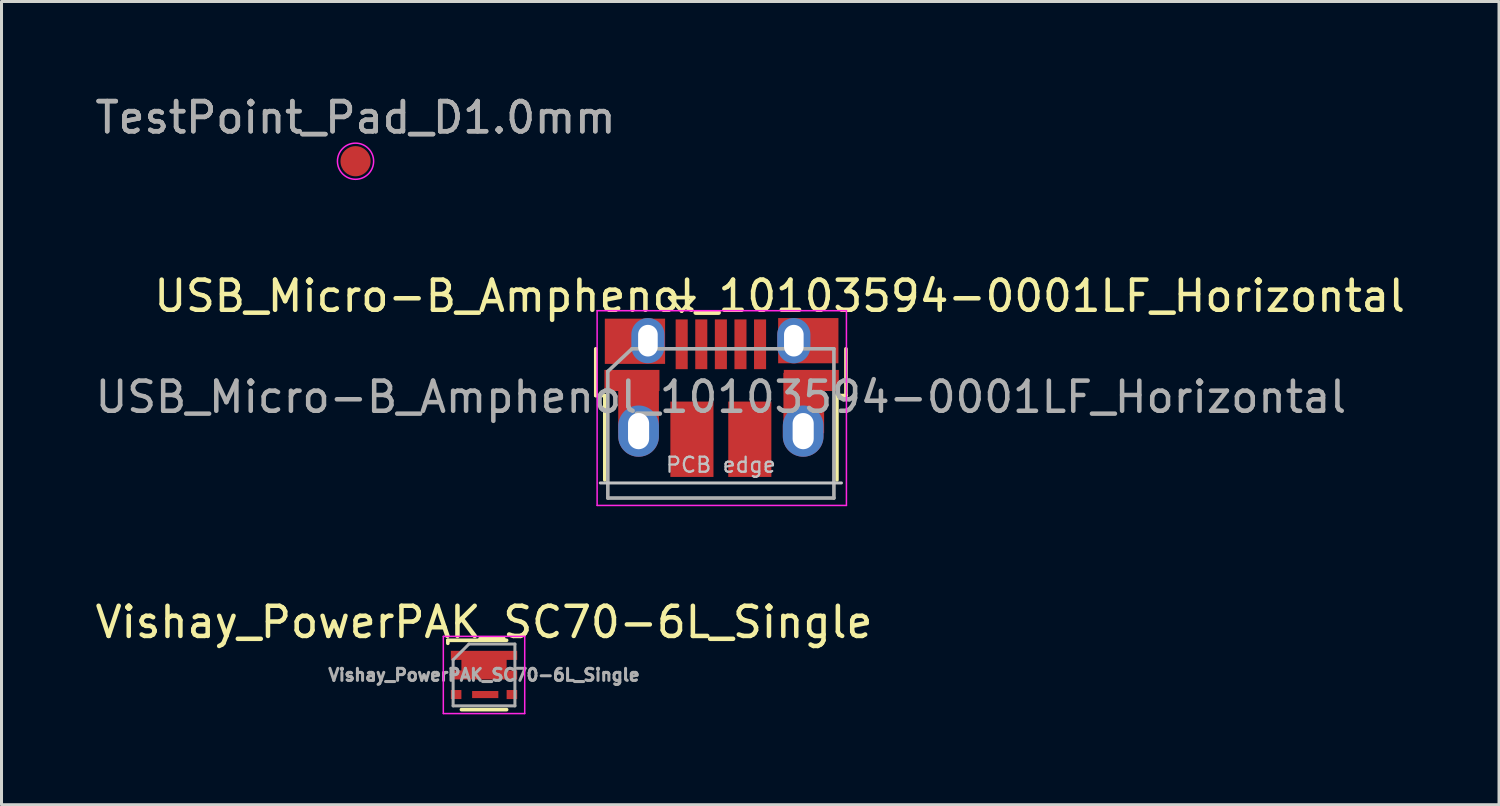
<source format=kicad_pcb>
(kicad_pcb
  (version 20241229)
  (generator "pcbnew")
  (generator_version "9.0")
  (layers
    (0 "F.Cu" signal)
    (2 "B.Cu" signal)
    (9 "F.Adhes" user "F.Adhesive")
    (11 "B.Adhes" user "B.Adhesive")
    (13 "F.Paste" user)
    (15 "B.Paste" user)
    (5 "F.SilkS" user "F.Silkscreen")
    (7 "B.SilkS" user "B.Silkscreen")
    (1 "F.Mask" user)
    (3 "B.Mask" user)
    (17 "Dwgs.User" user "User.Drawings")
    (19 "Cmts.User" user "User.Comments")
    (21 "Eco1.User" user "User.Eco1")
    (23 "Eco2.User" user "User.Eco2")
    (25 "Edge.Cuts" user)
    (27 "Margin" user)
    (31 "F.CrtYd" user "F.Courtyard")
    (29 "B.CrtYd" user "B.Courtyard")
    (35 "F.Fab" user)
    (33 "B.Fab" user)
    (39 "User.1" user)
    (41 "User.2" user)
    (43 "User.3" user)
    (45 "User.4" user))
  (footprint "TestPoint_Pad_D1.0mm"
    (layer "F.Cu")
    (at 8.744 2.298)
    (property "Reference" "TestPoint_Pad_D1.0mm" (at 0 -1.448 0) (layer "F.Fab") (effects (font (size 1 1) (thickness 0.15))))
    (attr exclude_from_pos_files exclude_from_bom)
    (fp_circle (center 0 0) (end 0.6 0) (stroke (width 0.05) (type solid)) (fill no) (layer "F.CrtYd"))
    (fp_text user "${REFERENCE}" (at 0 -1.45 0) (layer "F.Fab") (effects (font (size 1 1) (thickness 0.15))))
    (pad "1" smd circle (at 0 0) (size 1 1) (layers "F.Cu" "F.Mask")))
  (footprint "USB_Micro-B_Amphenol_10103594-0001LF_Horizontal"
    (layer "F.Cu")
    (at 20.888 10.136)
    (property "Reference" "USB_Micro-B_Amphenol_10103594-0001LF_Horizontal" (at 1.925 -3.365 0) (layer "F.SilkS") (effects (font (size 1 1) (thickness 0.15))))
    (attr smd)
    (fp_line (start -4.175 -0.065) (end -4.175 -1.615) (stroke (width 0.12) (type solid)) (layer "F.SilkS"))
    (fp_line (start -4.175 -0.065) (end -3.875 -0.065) (stroke (width 0.12) (type solid)) (layer "F.SilkS"))
    (fp_line (start -3.875 2.735) (end -3.875 -0.065) (stroke (width 0.12) (type solid)) (layer "F.SilkS"))
    (fp_line (start -1.725 -3.315) (end -0.925 -3.315) (stroke (width 0.12) (type solid)) (layer "F.SilkS"))
    (fp_line (start -1.325 -2.865) (end -1.725 -3.315) (stroke (width 0.12) (type solid)) (layer "F.SilkS"))
    (fp_line (start -0.925 -3.315) (end -1.325 -2.865) (stroke (width 0.12) (type solid)) (layer "F.SilkS"))
    (fp_line (start 3.825 -0.065) (end 4.125 -0.065) (stroke (width 0.12) (type solid)) (layer "F.SilkS"))
    (fp_line (start 3.825 2.735) (end 3.825 -0.065) (stroke (width 0.12) (type solid)) (layer "F.SilkS"))
    (fp_line (start 4.125 -0.065) (end 4.125 -1.615) (stroke (width 0.12) (type solid)) (layer "F.SilkS"))
    (fp_line (start -4.025 2.835) (end 3.975 2.835) (stroke (width 0.1) (type solid)) (layer "Dwgs.User"))
    (fp_line (start -4.13 -2.88) (end -4.13 3.58) (stroke (width 0.05) (type solid)) (layer "F.CrtYd"))
    (fp_line (start -4.13 -2.88) (end 4.14 -2.88) (stroke (width 0.05) (type solid)) (layer "F.CrtYd"))
    (fp_line (start 4.14 3.58) (end -4.13 3.58) (stroke (width 0.05) (type solid)) (layer "F.CrtYd"))
    (fp_line (start 4.14 3.58) (end 4.14 -2.88) (stroke (width 0.05) (type solid)) (layer "F.CrtYd"))
    (fp_line (start -3.775 -0.865) (end -2.975 -1.615) (stroke (width 0.12) (type solid)) (layer "F.Fab"))
    (fp_line (start -3.775 3.335) (end -3.775 -0.865) (stroke (width 0.12) (type solid)) (layer "F.Fab"))
    (fp_line (start -2.975 -1.615) (end 3.725 -1.615) (stroke (width 0.12) (type solid)) (layer "F.Fab"))
    (fp_line (start 3.725 -1.615) (end 3.725 3.335) (stroke (width 0.12) (type solid)) (layer "F.Fab"))
    (fp_line (start 3.725 3.335) (end -3.775 3.335) (stroke (width 0.12) (type solid)) (layer "F.Fab"))
    (fp_text user "PCB edge" (at -0.025 2.235 0) (layer "Dwgs.User") (effects (font (size 0.5 0.5) (thickness 0.075))))
    (fp_text user "${REFERENCE}" (at -0.025 -0.015 0) (layer "F.Fab") (effects (font (size 1 1) (thickness 0.15))))
    (pad "1" smd rect (at -1.325 -1.765 90) (size 1.65 0.4) (layers "F.Cu" "F.Mask" "F.Paste"))
    (pad "2" smd rect (at -0.675 -1.765 90) (size 1.65 0.4) (layers "F.Cu" "F.Mask" "F.Paste"))
    (pad "3" smd rect (at -0.025 -1.765 90) (size 1.65 0.4) (layers "F.Cu" "F.Mask" "F.Paste"))
    (pad "4" smd rect (at 0.625 -1.765 90) (size 1.65 0.4) (layers "F.Cu" "F.Mask" "F.Paste"))
    (pad "5" smd rect (at 1.275 -1.765 90) (size 1.65 0.4) (layers "F.Cu" "F.Mask" "F.Paste"))
    (pad "6" smd rect (at -2.975 -0.565) (size 1.825 0.7) (layers "F.Cu" "F.Mask" "F.Paste"))
    (pad "6" smd rect (at -2.875 -1.865) (size 2 1.5) (layers "F.Cu" "F.Mask" "F.Paste"))
    (pad "6" smd rect (at -2.755 0.185) (size 1.35 2) (layers "F.Cu" "F.Mask" "F.Paste"))
    (pad "6" thru_hole oval (at -2.755 1.115 90) (size 1.7 1.35) (drill oval 1.2 0.7) (layers "*.Cu" "*.Mask"))
    (pad "6" thru_hole oval (at -2.445 -1.885 90) (size 1.5 1.1) (drill oval 1.05 0.65) (layers "*.Cu" "*.Mask"))
    (pad "6" smd rect (at -0.985 1.385 90) (size 2.5 1.43) (layers "F.Cu" "F.Mask" "F.Paste"))
    (pad "6" smd rect (at 0.935 1.385 90) (size 2.5 1.43) (layers "F.Cu" "F.Mask" "F.Paste"))
    (pad "6" thru_hole oval (at 2.395 -1.885 90) (size 1.5 1.1) (drill oval 1.05 0.65) (layers "*.Cu" "*.Mask"))
    (pad "6" thru_hole oval (at 2.705 1.115 90) (size 1.7 1.35) (drill oval 1.2 0.7) (layers "*.Cu" "*.Mask"))
    (pad "6" smd rect (at 2.725 0.185) (size 1.35 2) (layers "F.Cu" "F.Mask" "F.Paste"))
    (pad "6" smd rect (at 2.875 -1.885) (size 2 1.5) (layers "F.Cu" "F.Mask" "F.Paste"))
    (pad "6" smd rect (at 2.975 -0.565) (size 1.825 0.7) (layers "F.Cu" "F.Mask" "F.Paste")))
  (footprint "Vishay_PowerPAK_SC70-6L_Single"
    (layer "F.Cu")
    (at 13.006 19.34)
    (property "Reference" "Vishay_PowerPAK_SC70-6L_Single" (at 0 -1.75 0) (layer "F.SilkS") (effects (font (size 1 1) (thickness 0.15))))
    (attr smd)
    (fp_line (start -1.2 -1.15) (end -1.2 -1.05) (stroke (width 0.12) (type solid)) (layer "F.SilkS"))
    (fp_line (start -1.2 -1.15) (end 0.75 -1.15) (stroke (width 0.12) (type solid)) (layer "F.SilkS"))
    (fp_line (start 0.75 1.15) (end -0.75 1.15) (stroke (width 0.12) (type solid)) (layer "F.SilkS"))
    (fp_line (start -1.35 -1.28) (end 1.35 -1.28) (stroke (width 0.05) (type solid)) (layer "F.CrtYd"))
    (fp_line (start -1.35 1.28) (end -1.35 -1.28) (stroke (width 0.05) (type solid)) (layer "F.CrtYd"))
    (fp_line (start 1.35 -1.28) (end 1.35 1.28) (stroke (width 0.05) (type solid)) (layer "F.CrtYd"))
    (fp_line (start 1.35 1.28) (end -1.35 1.28) (stroke (width 0.05) (type solid)) (layer "F.CrtYd"))
    (fp_line (start -1.025 -0.5) (end -0.5 -1.025) (stroke (width 0.1) (type solid)) (layer "F.Fab"))
    (fp_line (start -1.025 1.025) (end -1.025 -0.5) (stroke (width 0.1) (type solid)) (layer "F.Fab"))
    (fp_line (start -0.5 -1.025) (end 1.025 -1.025) (stroke (width 0.1) (type solid)) (layer "F.Fab"))
    (fp_line (start 1.025 -1.025) (end 1.025 1.025) (stroke (width 0.1) (type solid)) (layer "F.Fab"))
    (fp_line (start 1.025 1.025) (end -1.025 1.025) (stroke (width 0.1) (type solid)) (layer "F.Fab"))
    (fp_text user "${REFERENCE}" (at 0 0 0) (layer "F.Fab") (effects (font (size 0.4 0.4) (thickness 0.1))))
    (pad "" smd rect (at -0.35 -0.325) (size 0.6 0.8) (layers "F.Paste"))
    (pad "" smd rect (at 0.35 -0.325) (size 0.6 0.8) (layers "F.Paste"))
    (pad "1" smd custom (at 0 -0.325) (size 1.5 0.95) (layers "F.Cu" "F.Mask") (options (anchor rect)) (primitives (gr_poly (pts (xy 1.1 -0.175) (xy -1.1 -0.175) (xy -1.1 -0.475) (xy 1.1 -0.475)) (width 0) (fill yes)) (gr_poly (pts (xy 1.1 0.475) (xy -1.1 0.475) (xy -1.1 0.175) (xy 1.1 0.175)) (width 0) (fill yes))))
    (pad "3" smd rect (at -0.925 0.65) (size 0.35 0.3) (layers "F.Cu" "F.Mask" "F.Paste"))
    (pad "4" smd rect (at 0.04 0.65) (size 0.87 0.235) (layers "F.Cu" "F.Mask" "F.Paste"))
    (pad "4" smd rect (at 0.925 0.65) (size 0.35 0.3) (layers "F.Cu" "F.Mask" "F.Paste")))
  (gr_rect
    (start -3 -3)
    (end 46.676 23.645)
    (stroke (width 0.1) (type default))
    (fill no)
    (layer "Edge.Cuts")))
</source>
